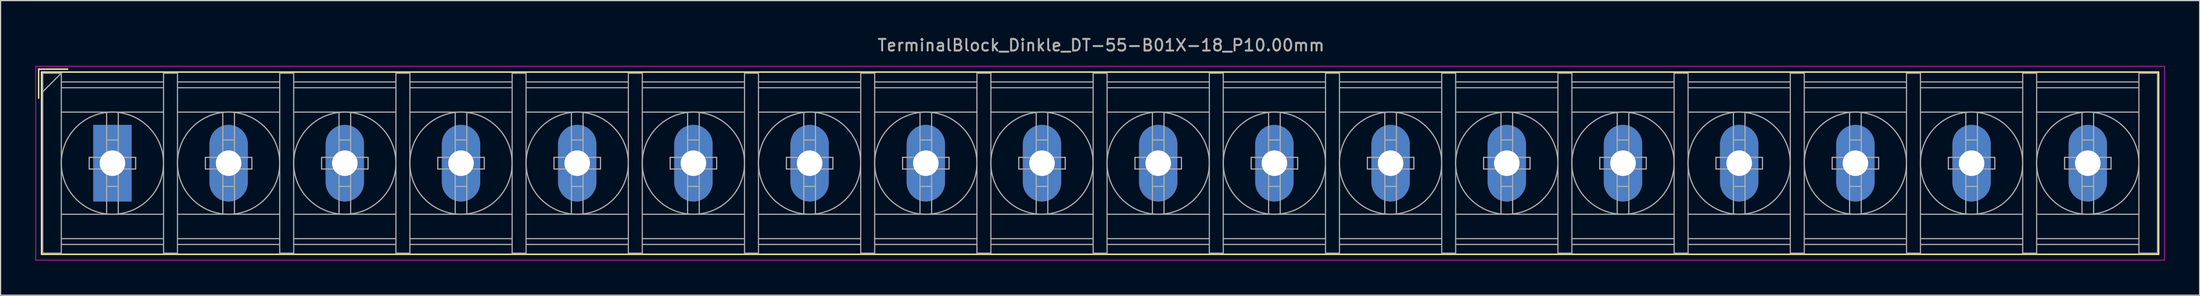
<source format=kicad_pcb>
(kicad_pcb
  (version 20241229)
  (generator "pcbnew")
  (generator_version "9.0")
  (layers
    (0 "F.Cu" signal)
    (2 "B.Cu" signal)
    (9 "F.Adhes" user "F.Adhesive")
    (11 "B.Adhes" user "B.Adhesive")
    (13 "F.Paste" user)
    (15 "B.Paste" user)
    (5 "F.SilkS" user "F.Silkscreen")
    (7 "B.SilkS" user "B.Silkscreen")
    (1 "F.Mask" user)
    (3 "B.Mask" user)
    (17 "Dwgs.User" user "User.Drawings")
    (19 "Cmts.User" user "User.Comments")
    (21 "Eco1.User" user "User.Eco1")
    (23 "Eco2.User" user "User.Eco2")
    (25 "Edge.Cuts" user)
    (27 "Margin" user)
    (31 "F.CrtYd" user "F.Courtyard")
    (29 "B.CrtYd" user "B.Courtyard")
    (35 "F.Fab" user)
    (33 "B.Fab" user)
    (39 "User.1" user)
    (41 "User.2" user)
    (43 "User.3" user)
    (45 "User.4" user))
  (footprint "TerminalBlock_Dinkle_DT-55-B01X-18_P10.00mm"
    (layer "F.Cu")
    (at 6.625 11.008)
    (property "Reference" "TerminalBlock_Dinkle_DT-55-B01X-18_P10.00mm" (at 85.08 -10.16 0) (layer "F.SilkS") (effects (font (size 1 1) (thickness 0.15))))
    (attr through_hole)
    (fp_line (start -6.35 -8.1) (end -3.85 -8.1) (stroke (width 0.12) (type solid)) (layer "F.SilkS"))
    (fp_line (start -6.35 -5.6) (end -6.35 -8.1) (stroke (width 0.12) (type solid)) (layer "F.SilkS"))
    (fp_line (start -6.1 -7.85) (end 176.1 -7.85) (stroke (width 0.12) (type solid)) (layer "F.SilkS"))
    (fp_line (start -6.1 7.85) (end -6.1 -7.85) (stroke (width 0.12) (type solid)) (layer "F.SilkS"))
    (fp_line (start -6.1 7.85) (end 176.1 7.85) (stroke (width 0.12) (type solid)) (layer "F.SilkS"))
    (fp_line (start 176.1 -7.85) (end 176.1 7.85) (stroke (width 0.12) (type solid)) (layer "F.SilkS"))
    (fp_line (start -6.6 -8.35) (end 176.6 -8.35) (stroke (width 0.05) (type solid)) (layer "F.CrtYd"))
    (fp_line (start -6.6 8.35) (end -6.6 -8.35) (stroke (width 0.05) (type solid)) (layer "F.CrtYd"))
    (fp_line (start -6.6 8.35) (end 176.6 8.35) (stroke (width 0.05) (type solid)) (layer "F.CrtYd"))
    (fp_line (start 176.6 -8.35) (end 176.6 8.35) (stroke (width 0.05) (type solid)) (layer "F.CrtYd"))
    (fp_line (start -6 -7.75) (end -6 7.75) (stroke (width 0.1) (type solid)) (layer "F.Fab"))
    (fp_line (start -6 -7.75) (end -4.4 -7.75) (stroke (width 0.1) (type solid)) (layer "F.Fab"))
    (fp_line (start -6 7.75) (end -4.4 7.75) (stroke (width 0.1) (type solid)) (layer "F.Fab"))
    (fp_line (start -4.4 -7.75) (end -6 -6.15) (stroke (width 0.1) (type solid)) (layer "F.Fab"))
    (fp_line (start -4.4 -7.75) (end -4.4 7.75) (stroke (width 0.1) (type solid)) (layer "F.Fab"))
    (fp_line (start -4.4 -7) (end 4.4 -7) (stroke (width 0.1) (type solid)) (layer "F.Fab"))
    (fp_line (start -4.4 -6.5) (end 4.4 -6.5) (stroke (width 0.1) (type solid)) (layer "F.Fab"))
    (fp_line (start -4.4 -4.4) (end 4.4 -4.4) (stroke (width 0.1) (type solid)) (layer "F.Fab"))
    (fp_line (start -4.4 4.4) (end 4.4 4.4) (stroke (width 0.1) (type solid)) (layer "F.Fab"))
    (fp_line (start -4.4 6.5) (end 4.4 6.5) (stroke (width 0.1) (type solid)) (layer "F.Fab"))
    (fp_line (start -4.4 7) (end 4.4 7) (stroke (width 0.1) (type solid)) (layer "F.Fab"))
    (fp_line (start -2 -0.5) (end -2 0.5) (stroke (width 0.1) (type solid)) (layer "F.Fab"))
    (fp_line (start -2 0.5) (end -0.5 0.5) (stroke (width 0.1) (type solid)) (layer "F.Fab"))
    (fp_line (start -0.5 -4.35) (end -0.5 -0.5) (stroke (width 0.1) (type solid)) (layer "F.Fab"))
    (fp_line (start -0.5 -2) (end 0.5 -2) (stroke (width 0.1) (type solid)) (layer "F.Fab"))
    (fp_line (start -0.5 -0.5) (end -2 -0.5) (stroke (width 0.1) (type solid)) (layer "F.Fab"))
    (fp_line (start -0.5 0.5) (end -0.5 4.35) (stroke (width 0.1) (type solid)) (layer "F.Fab"))
    (fp_line (start -0.5 2) (end 0.5 2) (stroke (width 0.1) (type solid)) (layer "F.Fab"))
    (fp_line (start 0.5 -4.35) (end 0.5 -0.5) (stroke (width 0.1) (type solid)) (layer "F.Fab"))
    (fp_line (start 0.5 -0.5) (end 2 -0.5) (stroke (width 0.1) (type solid)) (layer "F.Fab"))
    (fp_line (start 0.5 0.5) (end 0.5 4.35) (stroke (width 0.1) (type solid)) (layer "F.Fab"))
    (fp_line (start 2 -0.5) (end 2 0.5) (stroke (width 0.1) (type solid)) (layer "F.Fab"))
    (fp_line (start 2 0.5) (end 0.5 0.5) (stroke (width 0.1) (type solid)) (layer "F.Fab"))
    (fp_line (start 4.4 -7.75) (end 4.4 7.75) (stroke (width 0.1) (type solid)) (layer "F.Fab"))
    (fp_line (start 4.4 -7.75) (end 5.6 -7.75) (stroke (width 0.1) (type solid)) (layer "F.Fab"))
    (fp_line (start 4.4 7.75) (end 5.6 7.75) (stroke (width 0.1) (type solid)) (layer "F.Fab"))
    (fp_line (start 5.6 -7.75) (end 5.6 7.75) (stroke (width 0.1) (type solid)) (layer "F.Fab"))
    (fp_line (start 5.6 -7) (end 14.4 -7) (stroke (width 0.1) (type solid)) (layer "F.Fab"))
    (fp_line (start 5.6 -6.5) (end 14.4 -6.5) (stroke (width 0.1) (type solid)) (layer "F.Fab"))
    (fp_line (start 5.6 -4.4) (end 14.4 -4.4) (stroke (width 0.1) (type solid)) (layer "F.Fab"))
    (fp_line (start 5.6 4.4) (end 14.4 4.4) (stroke (width 0.1) (type solid)) (layer "F.Fab"))
    (fp_line (start 5.6 6.5) (end 14.4 6.5) (stroke (width 0.1) (type solid)) (layer "F.Fab"))
    (fp_line (start 5.6 7) (end 14.4 7) (stroke (width 0.1) (type solid)) (layer "F.Fab"))
    (fp_line (start 8 -0.5) (end 8 0.5) (stroke (width 0.1) (type solid)) (layer "F.Fab"))
    (fp_line (start 8 0.5) (end 9.5 0.5) (stroke (width 0.1) (type solid)) (layer "F.Fab"))
    (fp_line (start 9.5 -4.35) (end 9.5 -0.5) (stroke (width 0.1) (type solid)) (layer "F.Fab"))
    (fp_line (start 9.5 -2) (end 10.5 -2) (stroke (width 0.1) (type solid)) (layer "F.Fab"))
    (fp_line (start 9.5 -0.5) (end 8 -0.5) (stroke (width 0.1) (type solid)) (layer "F.Fab"))
    (fp_line (start 9.5 0.5) (end 9.5 4.35) (stroke (width 0.1) (type solid)) (layer "F.Fab"))
    (fp_line (start 9.5 2) (end 10.5 2) (stroke (width 0.1) (type solid)) (layer "F.Fab"))
    (fp_line (start 10.5 -4.35) (end 10.5 -0.5) (stroke (width 0.1) (type solid)) (layer "F.Fab"))
    (fp_line (start 10.5 -0.5) (end 12 -0.5) (stroke (width 0.1) (type solid)) (layer "F.Fab"))
    (fp_line (start 10.5 0.5) (end 10.5 4.35) (stroke (width 0.1) (type solid)) (layer "F.Fab"))
    (fp_line (start 12 -0.5) (end 12 0.5) (stroke (width 0.1) (type solid)) (layer "F.Fab"))
    (fp_line (start 12 0.5) (end 10.5 0.5) (stroke (width 0.1) (type solid)) (layer "F.Fab"))
    (fp_line (start 14.4 -7.75) (end 14.4 7.75) (stroke (width 0.1) (type solid)) (layer "F.Fab"))
    (fp_line (start 14.4 -7.75) (end 15.6 -7.75) (stroke (width 0.1) (type solid)) (layer "F.Fab"))
    (fp_line (start 14.4 7.75) (end 15.6 7.75) (stroke (width 0.1) (type solid)) (layer "F.Fab"))
    (fp_line (start 15.6 -7.75) (end 15.6 7.75) (stroke (width 0.1) (type solid)) (layer "F.Fab"))
    (fp_line (start 15.6 -7) (end 24.4 -7) (stroke (width 0.1) (type solid)) (layer "F.Fab"))
    (fp_line (start 15.6 -6.5) (end 24.4 -6.5) (stroke (width 0.1) (type solid)) (layer "F.Fab"))
    (fp_line (start 15.6 -4.4) (end 24.4 -4.4) (stroke (width 0.1) (type solid)) (layer "F.Fab"))
    (fp_line (start 15.6 4.4) (end 24.4 4.4) (stroke (width 0.1) (type solid)) (layer "F.Fab"))
    (fp_line (start 15.6 6.5) (end 24.4 6.5) (stroke (width 0.1) (type solid)) (layer "F.Fab"))
    (fp_line (start 15.6 7) (end 24.4 7) (stroke (width 0.1) (type solid)) (layer "F.Fab"))
    (fp_line (start 18 -0.5) (end 18 0.5) (stroke (width 0.1) (type solid)) (layer "F.Fab"))
    (fp_line (start 18 0.5) (end 19.5 0.5) (stroke (width 0.1) (type solid)) (layer "F.Fab"))
    (fp_line (start 19.5 -4.35) (end 19.5 -0.5) (stroke (width 0.1) (type solid)) (layer "F.Fab"))
    (fp_line (start 19.5 -2) (end 20.5 -2) (stroke (width 0.1) (type solid)) (layer "F.Fab"))
    (fp_line (start 19.5 -0.5) (end 18 -0.5) (stroke (width 0.1) (type solid)) (layer "F.Fab"))
    (fp_line (start 19.5 0.5) (end 19.5 4.35) (stroke (width 0.1) (type solid)) (layer "F.Fab"))
    (fp_line (start 19.5 2) (end 20.5 2) (stroke (width 0.1) (type solid)) (layer "F.Fab"))
    (fp_line (start 20.5 -4.35) (end 20.5 -0.5) (stroke (width 0.1) (type solid)) (layer "F.Fab"))
    (fp_line (start 20.5 -0.5) (end 22 -0.5) (stroke (width 0.1) (type solid)) (layer "F.Fab"))
    (fp_line (start 20.5 0.5) (end 20.5 4.35) (stroke (width 0.1) (type solid)) (layer "F.Fab"))
    (fp_line (start 22 -0.5) (end 22 0.5) (stroke (width 0.1) (type solid)) (layer "F.Fab"))
    (fp_line (start 22 0.5) (end 20.5 0.5) (stroke (width 0.1) (type solid)) (layer "F.Fab"))
    (fp_line (start 24.4 -7.75) (end 24.4 7.75) (stroke (width 0.1) (type solid)) (layer "F.Fab"))
    (fp_line (start 24.4 -7.75) (end 25.6 -7.75) (stroke (width 0.1) (type solid)) (layer "F.Fab"))
    (fp_line (start 24.4 7.75) (end 25.6 7.75) (stroke (width 0.1) (type solid)) (layer "F.Fab"))
    (fp_line (start 25.6 -7.75) (end 25.6 7.75) (stroke (width 0.1) (type solid)) (layer "F.Fab"))
    (fp_line (start 25.6 -7) (end 34.4 -7) (stroke (width 0.1) (type solid)) (layer "F.Fab"))
    (fp_line (start 25.6 -6.5) (end 34.4 -6.5) (stroke (width 0.1) (type solid)) (layer "F.Fab"))
    (fp_line (start 25.6 -4.4) (end 34.4 -4.4) (stroke (width 0.1) (type solid)) (layer "F.Fab"))
    (fp_line (start 25.6 4.4) (end 34.4 4.4) (stroke (width 0.1) (type solid)) (layer "F.Fab"))
    (fp_line (start 25.6 6.5) (end 34.4 6.5) (stroke (width 0.1) (type solid)) (layer "F.Fab"))
    (fp_line (start 25.6 7) (end 34.4 7) (stroke (width 0.1) (type solid)) (layer "F.Fab"))
    (fp_line (start 28 -0.5) (end 28 0.5) (stroke (width 0.1) (type solid)) (layer "F.Fab"))
    (fp_line (start 28 0.5) (end 29.5 0.5) (stroke (width 0.1) (type solid)) (layer "F.Fab"))
    (fp_line (start 29.5 -4.35) (end 29.5 -0.5) (stroke (width 0.1) (type solid)) (layer "F.Fab"))
    (fp_line (start 29.5 -2) (end 30.5 -2) (stroke (width 0.1) (type solid)) (layer "F.Fab"))
    (fp_line (start 29.5 -0.5) (end 28 -0.5) (stroke (width 0.1) (type solid)) (layer "F.Fab"))
    (fp_line (start 29.5 0.5) (end 29.5 4.35) (stroke (width 0.1) (type solid)) (layer "F.Fab"))
    (fp_line (start 29.5 2) (end 30.5 2) (stroke (width 0.1) (type solid)) (layer "F.Fab"))
    (fp_line (start 30.5 -4.35) (end 30.5 -0.5) (stroke (width 0.1) (type solid)) (layer "F.Fab"))
    (fp_line (start 30.5 -0.5) (end 32 -0.5) (stroke (width 0.1) (type solid)) (layer "F.Fab"))
    (fp_line (start 30.5 0.5) (end 30.5 4.35) (stroke (width 0.1) (type solid)) (layer "F.Fab"))
    (fp_line (start 32 -0.5) (end 32 0.5) (stroke (width 0.1) (type solid)) (layer "F.Fab"))
    (fp_line (start 32 0.5) (end 30.5 0.5) (stroke (width 0.1) (type solid)) (layer "F.Fab"))
    (fp_line (start 34.4 -7.75) (end 34.4 7.75) (stroke (width 0.1) (type solid)) (layer "F.Fab"))
    (fp_line (start 34.4 -7.75) (end 35.6 -7.75) (stroke (width 0.1) (type solid)) (layer "F.Fab"))
    (fp_line (start 34.4 7.75) (end 35.6 7.75) (stroke (width 0.1) (type solid)) (layer "F.Fab"))
    (fp_line (start 35.6 -7.75) (end 35.6 7.75) (stroke (width 0.1) (type solid)) (layer "F.Fab"))
    (fp_line (start 35.6 -7) (end 44.4 -7) (stroke (width 0.1) (type solid)) (layer "F.Fab"))
    (fp_line (start 35.6 -6.5) (end 44.4 -6.5) (stroke (width 0.1) (type solid)) (layer "F.Fab"))
    (fp_line (start 35.6 -4.4) (end 44.4 -4.4) (stroke (width 0.1) (type solid)) (layer "F.Fab"))
    (fp_line (start 35.6 4.4) (end 44.4 4.4) (stroke (width 0.1) (type solid)) (layer "F.Fab"))
    (fp_line (start 35.6 6.5) (end 44.4 6.5) (stroke (width 0.1) (type solid)) (layer "F.Fab"))
    (fp_line (start 35.6 7) (end 44.4 7) (stroke (width 0.1) (type solid)) (layer "F.Fab"))
    (fp_line (start 38 -0.5) (end 38 0.5) (stroke (width 0.1) (type solid)) (layer "F.Fab"))
    (fp_line (start 38 0.5) (end 39.5 0.5) (stroke (width 0.1) (type solid)) (layer "F.Fab"))
    (fp_line (start 39.5 -4.35) (end 39.5 -0.5) (stroke (width 0.1) (type solid)) (layer "F.Fab"))
    (fp_line (start 39.5 -2) (end 40.5 -2) (stroke (width 0.1) (type solid)) (layer "F.Fab"))
    (fp_line (start 39.5 -0.5) (end 38 -0.5) (stroke (width 0.1) (type solid)) (layer "F.Fab"))
    (fp_line (start 39.5 0.5) (end 39.5 4.35) (stroke (width 0.1) (type solid)) (layer "F.Fab"))
    (fp_line (start 39.5 2) (end 40.5 2) (stroke (width 0.1) (type solid)) (layer "F.Fab"))
    (fp_line (start 40.5 -4.35) (end 40.5 -0.5) (stroke (width 0.1) (type solid)) (layer "F.Fab"))
    (fp_line (start 40.5 -0.5) (end 42 -0.5) (stroke (width 0.1) (type solid)) (layer "F.Fab"))
    (fp_line (start 40.5 0.5) (end 40.5 4.35) (stroke (width 0.1) (type solid)) (layer "F.Fab"))
    (fp_line (start 42 -0.5) (end 42 0.5) (stroke (width 0.1) (type solid)) (layer "F.Fab"))
    (fp_line (start 42 0.5) (end 40.5 0.5) (stroke (width 0.1) (type solid)) (layer "F.Fab"))
    (fp_line (start 44.4 -7.75) (end 44.4 7.75) (stroke (width 0.1) (type solid)) (layer "F.Fab"))
    (fp_line (start 44.4 -7.75) (end 45.6 -7.75) (stroke (width 0.1) (type solid)) (layer "F.Fab"))
    (fp_line (start 44.4 7.75) (end 45.6 7.75) (stroke (width 0.1) (type solid)) (layer "F.Fab"))
    (fp_line (start 45.6 -7.75) (end 45.6 7.75) (stroke (width 0.1) (type solid)) (layer "F.Fab"))
    (fp_line (start 45.6 -7) (end 54.4 -7) (stroke (width 0.1) (type solid)) (layer "F.Fab"))
    (fp_line (start 45.6 -6.5) (end 54.4 -6.5) (stroke (width 0.1) (type solid)) (layer "F.Fab"))
    (fp_line (start 45.6 -4.4) (end 54.4 -4.4) (stroke (width 0.1) (type solid)) (layer "F.Fab"))
    (fp_line (start 45.6 4.4) (end 54.4 4.4) (stroke (width 0.1) (type solid)) (layer "F.Fab"))
    (fp_line (start 45.6 6.5) (end 54.4 6.5) (stroke (width 0.1) (type solid)) (layer "F.Fab"))
    (fp_line (start 45.6 7) (end 54.4 7) (stroke (width 0.1) (type solid)) (layer "F.Fab"))
    (fp_line (start 48 -0.5) (end 48 0.5) (stroke (width 0.1) (type solid)) (layer "F.Fab"))
    (fp_line (start 48 0.5) (end 49.5 0.5) (stroke (width 0.1) (type solid)) (layer "F.Fab"))
    (fp_line (start 49.5 -4.35) (end 49.5 -0.5) (stroke (width 0.1) (type solid)) (layer "F.Fab"))
    (fp_line (start 49.5 -2) (end 50.5 -2) (stroke (width 0.1) (type solid)) (layer "F.Fab"))
    (fp_line (start 49.5 -0.5) (end 48 -0.5) (stroke (width 0.1) (type solid)) (layer "F.Fab"))
    (fp_line (start 49.5 0.5) (end 49.5 4.35) (stroke (width 0.1) (type solid)) (layer "F.Fab"))
    (fp_line (start 49.5 2) (end 50.5 2) (stroke (width 0.1) (type solid)) (layer "F.Fab"))
    (fp_line (start 50.5 -4.35) (end 50.5 -0.5) (stroke (width 0.1) (type solid)) (layer "F.Fab"))
    (fp_line (start 50.5 -0.5) (end 52 -0.5) (stroke (width 0.1) (type solid)) (layer "F.Fab"))
    (fp_line (start 50.5 0.5) (end 50.5 4.35) (stroke (width 0.1) (type solid)) (layer "F.Fab"))
    (fp_line (start 52 -0.5) (end 52 0.5) (stroke (width 0.1) (type solid)) (layer "F.Fab"))
    (fp_line (start 52 0.5) (end 50.5 0.5) (stroke (width 0.1) (type solid)) (layer "F.Fab"))
    (fp_line (start 54.4 -7.75) (end 54.4 7.75) (stroke (width 0.1) (type solid)) (layer "F.Fab"))
    (fp_line (start 54.4 -7.75) (end 55.6 -7.75) (stroke (width 0.1) (type solid)) (layer "F.Fab"))
    (fp_line (start 54.4 7.75) (end 55.6 7.75) (stroke (width 0.1) (type solid)) (layer "F.Fab"))
    (fp_line (start 55.6 -7.75) (end 55.6 7.75) (stroke (width 0.1) (type solid)) (layer "F.Fab"))
    (fp_line (start 55.6 -7) (end 64.4 -7) (stroke (width 0.1) (type solid)) (layer "F.Fab"))
    (fp_line (start 55.6 -6.5) (end 64.4 -6.5) (stroke (width 0.1) (type solid)) (layer "F.Fab"))
    (fp_line (start 55.6 -4.4) (end 64.4 -4.4) (stroke (width 0.1) (type solid)) (layer "F.Fab"))
    (fp_line (start 55.6 4.4) (end 64.4 4.4) (stroke (width 0.1) (type solid)) (layer "F.Fab"))
    (fp_line (start 55.6 6.5) (end 64.4 6.5) (stroke (width 0.1) (type solid)) (layer "F.Fab"))
    (fp_line (start 55.6 7) (end 64.4 7) (stroke (width 0.1) (type solid)) (layer "F.Fab"))
    (fp_line (start 58 -0.5) (end 58 0.5) (stroke (width 0.1) (type solid)) (layer "F.Fab"))
    (fp_line (start 58 0.5) (end 59.5 0.5) (stroke (width 0.1) (type solid)) (layer "F.Fab"))
    (fp_line (start 59.5 -4.35) (end 59.5 -0.5) (stroke (width 0.1) (type solid)) (layer "F.Fab"))
    (fp_line (start 59.5 -2) (end 60.5 -2) (stroke (width 0.1) (type solid)) (layer "F.Fab"))
    (fp_line (start 59.5 -0.5) (end 58 -0.5) (stroke (width 0.1) (type solid)) (layer "F.Fab"))
    (fp_line (start 59.5 0.5) (end 59.5 4.35) (stroke (width 0.1) (type solid)) (layer "F.Fab"))
    (fp_line (start 59.5 2) (end 60.5 2) (stroke (width 0.1) (type solid)) (layer "F.Fab"))
    (fp_line (start 60.5 -4.35) (end 60.5 -0.5) (stroke (width 0.1) (type solid)) (layer "F.Fab"))
    (fp_line (start 60.5 -0.5) (end 62 -0.5) (stroke (width 0.1) (type solid)) (layer "F.Fab"))
    (fp_line (start 60.5 0.5) (end 60.5 4.35) (stroke (width 0.1) (type solid)) (layer "F.Fab"))
    (fp_line (start 62 -0.5) (end 62 0.5) (stroke (width 0.1) (type solid)) (layer "F.Fab"))
    (fp_line (start 62 0.5) (end 60.5 0.5) (stroke (width 0.1) (type solid)) (layer "F.Fab"))
    (fp_line (start 64.4 -7.75) (end 64.4 7.75) (stroke (width 0.1) (type solid)) (layer "F.Fab"))
    (fp_line (start 64.4 -7.75) (end 65.6 -7.75) (stroke (width 0.1) (type solid)) (layer "F.Fab"))
    (fp_line (start 64.4 7.75) (end 65.6 7.75) (stroke (width 0.1) (type solid)) (layer "F.Fab"))
    (fp_line (start 65.6 -7.75) (end 65.6 7.75) (stroke (width 0.1) (type solid)) (layer "F.Fab"))
    (fp_line (start 65.6 -7) (end 74.4 -7) (stroke (width 0.1) (type solid)) (layer "F.Fab"))
    (fp_line (start 65.6 -6.5) (end 74.4 -6.5) (stroke (width 0.1) (type solid)) (layer "F.Fab"))
    (fp_line (start 65.6 -4.4) (end 74.4 -4.4) (stroke (width 0.1) (type solid)) (layer "F.Fab"))
    (fp_line (start 65.6 4.4) (end 74.4 4.4) (stroke (width 0.1) (type solid)) (layer "F.Fab"))
    (fp_line (start 65.6 6.5) (end 74.4 6.5) (stroke (width 0.1) (type solid)) (layer "F.Fab"))
    (fp_line (start 65.6 7) (end 74.4 7) (stroke (width 0.1) (type solid)) (layer "F.Fab"))
    (fp_line (start 68 -0.5) (end 68 0.5) (stroke (width 0.1) (type solid)) (layer "F.Fab"))
    (fp_line (start 68 0.5) (end 69.5 0.5) (stroke (width 0.1) (type solid)) (layer "F.Fab"))
    (fp_line (start 69.5 -4.35) (end 69.5 -0.5) (stroke (width 0.1) (type solid)) (layer "F.Fab"))
    (fp_line (start 69.5 -2) (end 70.5 -2) (stroke (width 0.1) (type solid)) (layer "F.Fab"))
    (fp_line (start 69.5 -0.5) (end 68 -0.5) (stroke (width 0.1) (type solid)) (layer "F.Fab"))
    (fp_line (start 69.5 0.5) (end 69.5 4.35) (stroke (width 0.1) (type solid)) (layer "F.Fab"))
    (fp_line (start 69.5 2) (end 70.5 2) (stroke (width 0.1) (type solid)) (layer "F.Fab"))
    (fp_line (start 70.5 -4.35) (end 70.5 -0.5) (stroke (width 0.1) (type solid)) (layer "F.Fab"))
    (fp_line (start 70.5 -0.5) (end 72 -0.5) (stroke (width 0.1) (type solid)) (layer "F.Fab"))
    (fp_line (start 70.5 0.5) (end 70.5 4.35) (stroke (width 0.1) (type solid)) (layer "F.Fab"))
    (fp_line (start 72 -0.5) (end 72 0.5) (stroke (width 0.1) (type solid)) (layer "F.Fab"))
    (fp_line (start 72 0.5) (end 70.5 0.5) (stroke (width 0.1) (type solid)) (layer "F.Fab"))
    (fp_line (start 74.4 -7.75) (end 74.4 7.75) (stroke (width 0.1) (type solid)) (layer "F.Fab"))
    (fp_line (start 74.4 -7.75) (end 75.6 -7.75) (stroke (width 0.1) (type solid)) (layer "F.Fab"))
    (fp_line (start 74.4 7.75) (end 75.6 7.75) (stroke (width 0.1) (type solid)) (layer "F.Fab"))
    (fp_line (start 75.6 -7.75) (end 75.6 7.75) (stroke (width 0.1) (type solid)) (layer "F.Fab"))
    (fp_line (start 75.6 -7) (end 84.4 -7) (stroke (width 0.1) (type solid)) (layer "F.Fab"))
    (fp_line (start 75.6 -6.5) (end 84.4 -6.5) (stroke (width 0.1) (type solid)) (layer "F.Fab"))
    (fp_line (start 75.6 -4.4) (end 84.4 -4.4) (stroke (width 0.1) (type solid)) (layer "F.Fab"))
    (fp_line (start 75.6 4.4) (end 84.4 4.4) (stroke (width 0.1) (type solid)) (layer "F.Fab"))
    (fp_line (start 75.6 6.5) (end 84.4 6.5) (stroke (width 0.1) (type solid)) (layer "F.Fab"))
    (fp_line (start 75.6 7) (end 84.4 7) (stroke (width 0.1) (type solid)) (layer "F.Fab"))
    (fp_line (start 78 -0.5) (end 78 0.5) (stroke (width 0.1) (type solid)) (layer "F.Fab"))
    (fp_line (start 78 0.5) (end 79.5 0.5) (stroke (width 0.1) (type solid)) (layer "F.Fab"))
    (fp_line (start 79.5 -4.35) (end 79.5 -0.5) (stroke (width 0.1) (type solid)) (layer "F.Fab"))
    (fp_line (start 79.5 -2) (end 80.5 -2) (stroke (width 0.1) (type solid)) (layer "F.Fab"))
    (fp_line (start 79.5 -0.5) (end 78 -0.5) (stroke (width 0.1) (type solid)) (layer "F.Fab"))
    (fp_line (start 79.5 0.5) (end 79.5 4.35) (stroke (width 0.1) (type solid)) (layer "F.Fab"))
    (fp_line (start 79.5 2) (end 80.5 2) (stroke (width 0.1) (type solid)) (layer "F.Fab"))
    (fp_line (start 80.5 -4.35) (end 80.5 -0.5) (stroke (width 0.1) (type solid)) (layer "F.Fab"))
    (fp_line (start 80.5 -0.5) (end 82 -0.5) (stroke (width 0.1) (type solid)) (layer "F.Fab"))
    (fp_line (start 80.5 0.5) (end 80.5 4.35) (stroke (width 0.1) (type solid)) (layer "F.Fab"))
    (fp_line (start 82 -0.5) (end 82 0.5) (stroke (width 0.1) (type solid)) (layer "F.Fab"))
    (fp_line (start 82 0.5) (end 80.5 0.5) (stroke (width 0.1) (type solid)) (layer "F.Fab"))
    (fp_line (start 84.4 -7.75) (end 84.4 7.75) (stroke (width 0.1) (type solid)) (layer "F.Fab"))
    (fp_line (start 84.4 -7.75) (end 85.6 -7.75) (stroke (width 0.1) (type solid)) (layer "F.Fab"))
    (fp_line (start 84.4 7.75) (end 85.6 7.75) (stroke (width 0.1) (type solid)) (layer "F.Fab"))
    (fp_line (start 85.6 -7.75) (end 85.6 7.75) (stroke (width 0.1) (type solid)) (layer "F.Fab"))
    (fp_line (start 85.6 -7) (end 94.4 -7) (stroke (width 0.1) (type solid)) (layer "F.Fab"))
    (fp_line (start 85.6 -6.5) (end 94.4 -6.5) (stroke (width 0.1) (type solid)) (layer "F.Fab"))
    (fp_line (start 85.6 -4.4) (end 94.4 -4.4) (stroke (width 0.1) (type solid)) (layer "F.Fab"))
    (fp_line (start 85.6 4.4) (end 94.4 4.4) (stroke (width 0.1) (type solid)) (layer "F.Fab"))
    (fp_line (start 85.6 6.5) (end 94.4 6.5) (stroke (width 0.1) (type solid)) (layer "F.Fab"))
    (fp_line (start 85.6 7) (end 94.4 7) (stroke (width 0.1) (type solid)) (layer "F.Fab"))
    (fp_line (start 88 -0.5) (end 88 0.5) (stroke (width 0.1) (type solid)) (layer "F.Fab"))
    (fp_line (start 88 0.5) (end 89.5 0.5) (stroke (width 0.1) (type solid)) (layer "F.Fab"))
    (fp_line (start 89.5 -4.35) (end 89.5 -0.5) (stroke (width 0.1) (type solid)) (layer "F.Fab"))
    (fp_line (start 89.5 -2) (end 90.5 -2) (stroke (width 0.1) (type solid)) (layer "F.Fab"))
    (fp_line (start 89.5 -0.5) (end 88 -0.5) (stroke (width 0.1) (type solid)) (layer "F.Fab"))
    (fp_line (start 89.5 0.5) (end 89.5 4.35) (stroke (width 0.1) (type solid)) (layer "F.Fab"))
    (fp_line (start 89.5 2) (end 90.5 2) (stroke (width 0.1) (type solid)) (layer "F.Fab"))
    (fp_line (start 90.5 -4.35) (end 90.5 -0.5) (stroke (width 0.1) (type solid)) (layer "F.Fab"))
    (fp_line (start 90.5 -0.5) (end 92 -0.5) (stroke (width 0.1) (type solid)) (layer "F.Fab"))
    (fp_line (start 90.5 0.5) (end 90.5 4.35) (stroke (width 0.1) (type solid)) (layer "F.Fab"))
    (fp_line (start 92 -0.5) (end 92 0.5) (stroke (width 0.1) (type solid)) (layer "F.Fab"))
    (fp_line (start 92 0.5) (end 90.5 0.5) (stroke (width 0.1) (type solid)) (layer "F.Fab"))
    (fp_line (start 94.4 -7.75) (end 94.4 7.75) (stroke (width 0.1) (type solid)) (layer "F.Fab"))
    (fp_line (start 94.4 -7.75) (end 95.6 -7.75) (stroke (width 0.1) (type solid)) (layer "F.Fab"))
    (fp_line (start 94.4 7.75) (end 95.6 7.75) (stroke (width 0.1) (type solid)) (layer "F.Fab"))
    (fp_line (start 95.6 -7.75) (end 95.6 7.75) (stroke (width 0.1) (type solid)) (layer "F.Fab"))
    (fp_line (start 95.6 -7) (end 104.4 -7) (stroke (width 0.1) (type solid)) (layer "F.Fab"))
    (fp_line (start 95.6 -6.5) (end 104.4 -6.5) (stroke (width 0.1) (type solid)) (layer "F.Fab"))
    (fp_line (start 95.6 -4.4) (end 104.4 -4.4) (stroke (width 0.1) (type solid)) (layer "F.Fab"))
    (fp_line (start 95.6 4.4) (end 104.4 4.4) (stroke (width 0.1) (type solid)) (layer "F.Fab"))
    (fp_line (start 95.6 6.5) (end 104.4 6.5) (stroke (width 0.1) (type solid)) (layer "F.Fab"))
    (fp_line (start 95.6 7) (end 104.4 7) (stroke (width 0.1) (type solid)) (layer "F.Fab"))
    (fp_line (start 98 -0.5) (end 98 0.5) (stroke (width 0.1) (type solid)) (layer "F.Fab"))
    (fp_line (start 98 0.5) (end 99.5 0.5) (stroke (width 0.1) (type solid)) (layer "F.Fab"))
    (fp_line (start 99.5 -4.35) (end 99.5 -0.5) (stroke (width 0.1) (type solid)) (layer "F.Fab"))
    (fp_line (start 99.5 -2) (end 100.5 -2) (stroke (width 0.1) (type solid)) (layer "F.Fab"))
    (fp_line (start 99.5 -0.5) (end 98 -0.5) (stroke (width 0.1) (type solid)) (layer "F.Fab"))
    (fp_line (start 99.5 0.5) (end 99.5 4.35) (stroke (width 0.1) (type solid)) (layer "F.Fab"))
    (fp_line (start 99.5 2) (end 100.5 2) (stroke (width 0.1) (type solid)) (layer "F.Fab"))
    (fp_line (start 100.5 -4.35) (end 100.5 -0.5) (stroke (width 0.1) (type solid)) (layer "F.Fab"))
    (fp_line (start 100.5 -0.5) (end 102 -0.5) (stroke (width 0.1) (type solid)) (layer "F.Fab"))
    (fp_line (start 100.5 0.5) (end 100.5 4.35) (stroke (width 0.1) (type solid)) (layer "F.Fab"))
    (fp_line (start 102 -0.5) (end 102 0.5) (stroke (width 0.1) (type solid)) (layer "F.Fab"))
    (fp_line (start 102 0.5) (end 100.5 0.5) (stroke (width 0.1) (type solid)) (layer "F.Fab"))
    (fp_line (start 104.4 -7.75) (end 104.4 7.75) (stroke (width 0.1) (type solid)) (layer "F.Fab"))
    (fp_line (start 104.4 -7.75) (end 105.6 -7.75) (stroke (width 0.1) (type solid)) (layer "F.Fab"))
    (fp_line (start 104.4 7.75) (end 105.6 7.75) (stroke (width 0.1) (type solid)) (layer "F.Fab"))
    (fp_line (start 105.6 -7.75) (end 105.6 7.75) (stroke (width 0.1) (type solid)) (layer "F.Fab"))
    (fp_line (start 105.6 -7) (end 114.4 -7) (stroke (width 0.1) (type solid)) (layer "F.Fab"))
    (fp_line (start 105.6 -6.5) (end 114.4 -6.5) (stroke (width 0.1) (type solid)) (layer "F.Fab"))
    (fp_line (start 105.6 -4.4) (end 114.4 -4.4) (stroke (width 0.1) (type solid)) (layer "F.Fab"))
    (fp_line (start 105.6 4.4) (end 114.4 4.4) (stroke (width 0.1) (type solid)) (layer "F.Fab"))
    (fp_line (start 105.6 6.5) (end 114.4 6.5) (stroke (width 0.1) (type solid)) (layer "F.Fab"))
    (fp_line (start 105.6 7) (end 114.4 7) (stroke (width 0.1) (type solid)) (layer "F.Fab"))
    (fp_line (start 108 -0.5) (end 108 0.5) (stroke (width 0.1) (type solid)) (layer "F.Fab"))
    (fp_line (start 108 0.5) (end 109.5 0.5) (stroke (width 0.1) (type solid)) (layer "F.Fab"))
    (fp_line (start 109.5 -4.35) (end 109.5 -0.5) (stroke (width 0.1) (type solid)) (layer "F.Fab"))
    (fp_line (start 109.5 -2) (end 110.5 -2) (stroke (width 0.1) (type solid)) (layer "F.Fab"))
    (fp_line (start 109.5 -0.5) (end 108 -0.5) (stroke (width 0.1) (type solid)) (layer "F.Fab"))
    (fp_line (start 109.5 0.5) (end 109.5 4.35) (stroke (width 0.1) (type solid)) (layer "F.Fab"))
    (fp_line (start 109.5 2) (end 110.5 2) (stroke (width 0.1) (type solid)) (layer "F.Fab"))
    (fp_line (start 110.5 -4.35) (end 110.5 -0.5) (stroke (width 0.1) (type solid)) (layer "F.Fab"))
    (fp_line (start 110.5 -0.5) (end 112 -0.5) (stroke (width 0.1) (type solid)) (layer "F.Fab"))
    (fp_line (start 110.5 0.5) (end 110.5 4.35) (stroke (width 0.1) (type solid)) (layer "F.Fab"))
    (fp_line (start 112 -0.5) (end 112 0.5) (stroke (width 0.1) (type solid)) (layer "F.Fab"))
    (fp_line (start 112 0.5) (end 110.5 0.5) (stroke (width 0.1) (type solid)) (layer "F.Fab"))
    (fp_line (start 114.4 -7.75) (end 114.4 7.75) (stroke (width 0.1) (type solid)) (layer "F.Fab"))
    (fp_line (start 114.4 -7.75) (end 115.6 -7.75) (stroke (width 0.1) (type solid)) (layer "F.Fab"))
    (fp_line (start 114.4 7.75) (end 115.6 7.75) (stroke (width 0.1) (type solid)) (layer "F.Fab"))
    (fp_line (start 115.6 -7.75) (end 115.6 7.75) (stroke (width 0.1) (type solid)) (layer "F.Fab"))
    (fp_line (start 115.6 -7) (end 124.4 -7) (stroke (width 0.1) (type solid)) (layer "F.Fab"))
    (fp_line (start 115.6 -6.5) (end 124.4 -6.5) (stroke (width 0.1) (type solid)) (layer "F.Fab"))
    (fp_line (start 115.6 -4.4) (end 124.4 -4.4) (stroke (width 0.1) (type solid)) (layer "F.Fab"))
    (fp_line (start 115.6 4.4) (end 124.4 4.4) (stroke (width 0.1) (type solid)) (layer "F.Fab"))
    (fp_line (start 115.6 6.5) (end 124.4 6.5) (stroke (width 0.1) (type solid)) (layer "F.Fab"))
    (fp_line (start 115.6 7) (end 124.4 7) (stroke (width 0.1) (type solid)) (layer "F.Fab"))
    (fp_line (start 118 -0.5) (end 118 0.5) (stroke (width 0.1) (type solid)) (layer "F.Fab"))
    (fp_line (start 118 0.5) (end 119.5 0.5) (stroke (width 0.1) (type solid)) (layer "F.Fab"))
    (fp_line (start 119.5 -4.35) (end 119.5 -0.5) (stroke (width 0.1) (type solid)) (layer "F.Fab"))
    (fp_line (start 119.5 -2) (end 120.5 -2) (stroke (width 0.1) (type solid)) (layer "F.Fab"))
    (fp_line (start 119.5 -0.5) (end 118 -0.5) (stroke (width 0.1) (type solid)) (layer "F.Fab"))
    (fp_line (start 119.5 0.5) (end 119.5 4.35) (stroke (width 0.1) (type solid)) (layer "F.Fab"))
    (fp_line (start 119.5 2) (end 120.5 2) (stroke (width 0.1) (type solid)) (layer "F.Fab"))
    (fp_line (start 120.5 -4.35) (end 120.5 -0.5) (stroke (width 0.1) (type solid)) (layer "F.Fab"))
    (fp_line (start 120.5 -0.5) (end 122 -0.5) (stroke (width 0.1) (type solid)) (layer "F.Fab"))
    (fp_line (start 120.5 0.5) (end 120.5 4.35) (stroke (width 0.1) (type solid)) (layer "F.Fab"))
    (fp_line (start 122 -0.5) (end 122 0.5) (stroke (width 0.1) (type solid)) (layer "F.Fab"))
    (fp_line (start 122 0.5) (end 120.5 0.5) (stroke (width 0.1) (type solid)) (layer "F.Fab"))
    (fp_line (start 124.4 -7.75) (end 124.4 7.75) (stroke (width 0.1) (type solid)) (layer "F.Fab"))
    (fp_line (start 124.4 -7.75) (end 125.6 -7.75) (stroke (width 0.1) (type solid)) (layer "F.Fab"))
    (fp_line (start 124.4 7.75) (end 125.6 7.75) (stroke (width 0.1) (type solid)) (layer "F.Fab"))
    (fp_line (start 125.6 -7.75) (end 125.6 7.75) (stroke (width 0.1) (type solid)) (layer "F.Fab"))
    (fp_line (start 125.6 -7) (end 134.4 -7) (stroke (width 0.1) (type solid)) (layer "F.Fab"))
    (fp_line (start 125.6 -6.5) (end 134.4 -6.5) (stroke (width 0.1) (type solid)) (layer "F.Fab"))
    (fp_line (start 125.6 -4.4) (end 134.4 -4.4) (stroke (width 0.1) (type solid)) (layer "F.Fab"))
    (fp_line (start 125.6 4.4) (end 134.4 4.4) (stroke (width 0.1) (type solid)) (layer "F.Fab"))
    (fp_line (start 125.6 6.5) (end 134.4 6.5) (stroke (width 0.1) (type solid)) (layer "F.Fab"))
    (fp_line (start 125.6 7) (end 134.4 7) (stroke (width 0.1) (type solid)) (layer "F.Fab"))
    (fp_line (start 128 -0.5) (end 128 0.5) (stroke (width 0.1) (type solid)) (layer "F.Fab"))
    (fp_line (start 128 0.5) (end 129.5 0.5) (stroke (width 0.1) (type solid)) (layer "F.Fab"))
    (fp_line (start 129.5 -4.35) (end 129.5 -0.5) (stroke (width 0.1) (type solid)) (layer "F.Fab"))
    (fp_line (start 129.5 -2) (end 130.5 -2) (stroke (width 0.1) (type solid)) (layer "F.Fab"))
    (fp_line (start 129.5 -0.5) (end 128 -0.5) (stroke (width 0.1) (type solid)) (layer "F.Fab"))
    (fp_line (start 129.5 0.5) (end 129.5 4.35) (stroke (width 0.1) (type solid)) (layer "F.Fab"))
    (fp_line (start 129.5 2) (end 130.5 2) (stroke (width 0.1) (type solid)) (layer "F.Fab"))
    (fp_line (start 130.5 -4.35) (end 130.5 -0.5) (stroke (width 0.1) (type solid)) (layer "F.Fab"))
    (fp_line (start 130.5 -0.5) (end 132 -0.5) (stroke (width 0.1) (type solid)) (layer "F.Fab"))
    (fp_line (start 130.5 0.5) (end 130.5 4.35) (stroke (width 0.1) (type solid)) (layer "F.Fab"))
    (fp_line (start 132 -0.5) (end 132 0.5) (stroke (width 0.1) (type solid)) (layer "F.Fab"))
    (fp_line (start 132 0.5) (end 130.5 0.5) (stroke (width 0.1) (type solid)) (layer "F.Fab"))
    (fp_line (start 134.4 -7.75) (end 134.4 7.75) (stroke (width 0.1) (type solid)) (layer "F.Fab"))
    (fp_line (start 134.4 -7.75) (end 135.6 -7.75) (stroke (width 0.1) (type solid)) (layer "F.Fab"))
    (fp_line (start 134.4 7.75) (end 135.6 7.75) (stroke (width 0.1) (type solid)) (layer "F.Fab"))
    (fp_line (start 135.6 -7.75) (end 135.6 7.75) (stroke (width 0.1) (type solid)) (layer "F.Fab"))
    (fp_line (start 135.6 -7) (end 144.4 -7) (stroke (width 0.1) (type solid)) (layer "F.Fab"))
    (fp_line (start 135.6 -6.5) (end 144.4 -6.5) (stroke (width 0.1) (type solid)) (layer "F.Fab"))
    (fp_line (start 135.6 -4.4) (end 144.4 -4.4) (stroke (width 0.1) (type solid)) (layer "F.Fab"))
    (fp_line (start 135.6 4.4) (end 144.4 4.4) (stroke (width 0.1) (type solid)) (layer "F.Fab"))
    (fp_line (start 135.6 6.5) (end 144.4 6.5) (stroke (width 0.1) (type solid)) (layer "F.Fab"))
    (fp_line (start 135.6 7) (end 144.4 7) (stroke (width 0.1) (type solid)) (layer "F.Fab"))
    (fp_line (start 138 -0.5) (end 138 0.5) (stroke (width 0.1) (type solid)) (layer "F.Fab"))
    (fp_line (start 138 0.5) (end 139.5 0.5) (stroke (width 0.1) (type solid)) (layer "F.Fab"))
    (fp_line (start 139.5 -4.35) (end 139.5 -0.5) (stroke (width 0.1) (type solid)) (layer "F.Fab"))
    (fp_line (start 139.5 -2) (end 140.5 -2) (stroke (width 0.1) (type solid)) (layer "F.Fab"))
    (fp_line (start 139.5 -0.5) (end 138 -0.5) (stroke (width 0.1) (type solid)) (layer "F.Fab"))
    (fp_line (start 139.5 0.5) (end 139.5 4.35) (stroke (width 0.1) (type solid)) (layer "F.Fab"))
    (fp_line (start 139.5 2) (end 140.5 2) (stroke (width 0.1) (type solid)) (layer "F.Fab"))
    (fp_line (start 140.5 -4.35) (end 140.5 -0.5) (stroke (width 0.1) (type solid)) (layer "F.Fab"))
    (fp_line (start 140.5 -0.5) (end 142 -0.5) (stroke (width 0.1) (type solid)) (layer "F.Fab"))
    (fp_line (start 140.5 0.5) (end 140.5 4.35) (stroke (width 0.1) (type solid)) (layer "F.Fab"))
    (fp_line (start 142 -0.5) (end 142 0.5) (stroke (width 0.1) (type solid)) (layer "F.Fab"))
    (fp_line (start 142 0.5) (end 140.5 0.5) (stroke (width 0.1) (type solid)) (layer "F.Fab"))
    (fp_line (start 144.4 -7.75) (end 144.4 7.75) (stroke (width 0.1) (type solid)) (layer "F.Fab"))
    (fp_line (start 144.4 -7.75) (end 145.6 -7.75) (stroke (width 0.1) (type solid)) (layer "F.Fab"))
    (fp_line (start 144.4 7.75) (end 145.6 7.75) (stroke (width 0.1) (type solid)) (layer "F.Fab"))
    (fp_line (start 145.6 -7.75) (end 145.6 7.75) (stroke (width 0.1) (type solid)) (layer "F.Fab"))
    (fp_line (start 145.6 -7) (end 154.4 -7) (stroke (width 0.1) (type solid)) (layer "F.Fab"))
    (fp_line (start 145.6 -6.5) (end 154.4 -6.5) (stroke (width 0.1) (type solid)) (layer "F.Fab"))
    (fp_line (start 145.6 -4.4) (end 154.4 -4.4) (stroke (width 0.1) (type solid)) (layer "F.Fab"))
    (fp_line (start 145.6 4.4) (end 154.4 4.4) (stroke (width 0.1) (type solid)) (layer "F.Fab"))
    (fp_line (start 145.6 6.5) (end 154.4 6.5) (stroke (width 0.1) (type solid)) (layer "F.Fab"))
    (fp_line (start 145.6 7) (end 154.4 7) (stroke (width 0.1) (type solid)) (layer "F.Fab"))
    (fp_line (start 148 -0.5) (end 148 0.5) (stroke (width 0.1) (type solid)) (layer "F.Fab"))
    (fp_line (start 148 0.5) (end 149.5 0.5) (stroke (width 0.1) (type solid)) (layer "F.Fab"))
    (fp_line (start 149.5 -4.35) (end 149.5 -0.5) (stroke (width 0.1) (type solid)) (layer "F.Fab"))
    (fp_line (start 149.5 -2) (end 150.5 -2) (stroke (width 0.1) (type solid)) (layer "F.Fab"))
    (fp_line (start 149.5 -0.5) (end 148 -0.5) (stroke (width 0.1) (type solid)) (layer "F.Fab"))
    (fp_line (start 149.5 0.5) (end 149.5 4.35) (stroke (width 0.1) (type solid)) (layer "F.Fab"))
    (fp_line (start 149.5 2) (end 150.5 2) (stroke (width 0.1) (type solid)) (layer "F.Fab"))
    (fp_line (start 150.5 -4.35) (end 150.5 -0.5) (stroke (width 0.1) (type solid)) (layer "F.Fab"))
    (fp_line (start 150.5 -0.5) (end 152 -0.5) (stroke (width 0.1) (type solid)) (layer "F.Fab"))
    (fp_line (start 150.5 0.5) (end 150.5 4.35) (stroke (width 0.1) (type solid)) (layer "F.Fab"))
    (fp_line (start 152 -0.5) (end 152 0.5) (stroke (width 0.1) (type solid)) (layer "F.Fab"))
    (fp_line (start 152 0.5) (end 150.5 0.5) (stroke (width 0.1) (type solid)) (layer "F.Fab"))
    (fp_line (start 154.4 -7.75) (end 154.4 7.75) (stroke (width 0.1) (type solid)) (layer "F.Fab"))
    (fp_line (start 154.4 -7.75) (end 155.6 -7.75) (stroke (width 0.1) (type solid)) (layer "F.Fab"))
    (fp_line (start 154.4 7.75) (end 155.6 7.75) (stroke (width 0.1) (type solid)) (layer "F.Fab"))
    (fp_line (start 155.6 -7.75) (end 155.6 7.75) (stroke (width 0.1) (type solid)) (layer "F.Fab"))
    (fp_line (start 155.6 -7) (end 164.4 -7) (stroke (width 0.1) (type solid)) (layer "F.Fab"))
    (fp_line (start 155.6 -6.5) (end 164.4 -6.5) (stroke (width 0.1) (type solid)) (layer "F.Fab"))
    (fp_line (start 155.6 -4.4) (end 164.4 -4.4) (stroke (width 0.1) (type solid)) (layer "F.Fab"))
    (fp_line (start 155.6 4.4) (end 164.4 4.4) (stroke (width 0.1) (type solid)) (layer "F.Fab"))
    (fp_line (start 155.6 6.5) (end 164.4 6.5) (stroke (width 0.1) (type solid)) (layer "F.Fab"))
    (fp_line (start 155.6 7) (end 164.4 7) (stroke (width 0.1) (type solid)) (layer "F.Fab"))
    (fp_line (start 158 -0.5) (end 158 0.5) (stroke (width 0.1) (type solid)) (layer "F.Fab"))
    (fp_line (start 158 0.5) (end 159.5 0.5) (stroke (width 0.1) (type solid)) (layer "F.Fab"))
    (fp_line (start 159.5 -4.35) (end 159.5 -0.5) (stroke (width 0.1) (type solid)) (layer "F.Fab"))
    (fp_line (start 159.5 -2) (end 160.5 -2) (stroke (width 0.1) (type solid)) (layer "F.Fab"))
    (fp_line (start 159.5 -0.5) (end 158 -0.5) (stroke (width 0.1) (type solid)) (layer "F.Fab"))
    (fp_line (start 159.5 0.5) (end 159.5 4.35) (stroke (width 0.1) (type solid)) (layer "F.Fab"))
    (fp_line (start 159.5 2) (end 160.5 2) (stroke (width 0.1) (type solid)) (layer "F.Fab"))
    (fp_line (start 160.5 -4.35) (end 160.5 -0.5) (stroke (width 0.1) (type solid)) (layer "F.Fab"))
    (fp_line (start 160.5 -0.5) (end 162 -0.5) (stroke (width 0.1) (type solid)) (layer "F.Fab"))
    (fp_line (start 160.5 0.5) (end 160.5 4.35) (stroke (width 0.1) (type solid)) (layer "F.Fab"))
    (fp_line (start 162 -0.5) (end 162 0.5) (stroke (width 0.1) (type solid)) (layer "F.Fab"))
    (fp_line (start 162 0.5) (end 160.5 0.5) (stroke (width 0.1) (type solid)) (layer "F.Fab"))
    (fp_line (start 164.4 -7.75) (end 164.4 7.75) (stroke (width 0.1) (type solid)) (layer "F.Fab"))
    (fp_line (start 164.4 -7.75) (end 165.6 -7.75) (stroke (width 0.1) (type solid)) (layer "F.Fab"))
    (fp_line (start 164.4 7.75) (end 165.6 7.75) (stroke (width 0.1) (type solid)) (layer "F.Fab"))
    (fp_line (start 165.6 -7.75) (end 165.6 7.75) (stroke (width 0.1) (type solid)) (layer "F.Fab"))
    (fp_line (start 165.6 -7) (end 174.4 -7) (stroke (width 0.1) (type solid)) (layer "F.Fab"))
    (fp_line (start 165.6 -6.5) (end 174.4 -6.5) (stroke (width 0.1) (type solid)) (layer "F.Fab"))
    (fp_line (start 165.6 -4.4) (end 174.4 -4.4) (stroke (width 0.1) (type solid)) (layer "F.Fab"))
    (fp_line (start 165.6 4.4) (end 174.4 4.4) (stroke (width 0.1) (type solid)) (layer "F.Fab"))
    (fp_line (start 165.6 6.5) (end 174.4 6.5) (stroke (width 0.1) (type solid)) (layer "F.Fab"))
    (fp_line (start 165.6 7) (end 174.4 7) (stroke (width 0.1) (type solid)) (layer "F.Fab"))
    (fp_line (start 168 -0.5) (end 168 0.5) (stroke (width 0.1) (type solid)) (layer "F.Fab"))
    (fp_line (start 168 0.5) (end 169.5 0.5) (stroke (width 0.1) (type solid)) (layer "F.Fab"))
    (fp_line (start 169.5 -4.35) (end 169.5 -0.5) (stroke (width 0.1) (type solid)) (layer "F.Fab"))
    (fp_line (start 169.5 -2) (end 170.5 -2) (stroke (width 0.1) (type solid)) (layer "F.Fab"))
    (fp_line (start 169.5 -0.5) (end 168 -0.5) (stroke (width 0.1) (type solid)) (layer "F.Fab"))
    (fp_line (start 169.5 0.5) (end 169.5 4.35) (stroke (width 0.1) (type solid)) (layer "F.Fab"))
    (fp_line (start 169.5 2) (end 170.5 2) (stroke (width 0.1) (type solid)) (layer "F.Fab"))
    (fp_line (start 170.5 -4.35) (end 170.5 -0.5) (stroke (width 0.1) (type solid)) (layer "F.Fab"))
    (fp_line (start 170.5 -0.5) (end 172 -0.5) (stroke (width 0.1) (type solid)) (layer "F.Fab"))
    (fp_line (start 170.5 0.5) (end 170.5 4.35) (stroke (width 0.1) (type solid)) (layer "F.Fab"))
    (fp_line (start 172 -0.5) (end 172 0.5) (stroke (width 0.1) (type solid)) (layer "F.Fab"))
    (fp_line (start 172 0.5) (end 170.5 0.5) (stroke (width 0.1) (type solid)) (layer "F.Fab"))
    (fp_line (start 174.4 -7.75) (end 174.4 7.75) (stroke (width 0.1) (type solid)) (layer "F.Fab"))
    (fp_line (start 174.4 -7.75) (end 176 -7.75) (stroke (width 0.1) (type solid)) (layer "F.Fab"))
    (fp_line (start 174.4 7.75) (end 176 7.75) (stroke (width 0.1) (type solid)) (layer "F.Fab"))
    (fp_line (start 176 -7.75) (end 176 7.75) (stroke (width 0.1) (type solid)) (layer "F.Fab"))
    (fp_circle (center 0 0) (end 0.5 0.5) (stroke (width 0.1) (type solid)) (fill no) (layer "F.Fab"))
    (fp_circle (center 0 0) (end 4.4 0) (stroke (width 0.1) (type solid)) (fill no) (layer "F.Fab"))
    (fp_circle (center 10 0) (end 10.5 0.5) (stroke (width 0.1) (type solid)) (fill no) (layer "F.Fab"))
    (fp_circle (center 10 0) (end 14.4 0) (stroke (width 0.1) (type solid)) (fill no) (layer "F.Fab"))
    (fp_circle (center 20 0) (end 20.5 0.5) (stroke (width 0.1) (type solid)) (fill no) (layer "F.Fab"))
    (fp_circle (center 20 0) (end 24.4 0) (stroke (width 0.1) (type solid)) (fill no) (layer "F.Fab"))
    (fp_circle (center 30 0) (end 30.5 0.5) (stroke (width 0.1) (type solid)) (fill no) (layer "F.Fab"))
    (fp_circle (center 30 0) (end 34.4 0) (stroke (width 0.1) (type solid)) (fill no) (layer "F.Fab"))
    (fp_circle (center 40 0) (end 40.5 0.5) (stroke (width 0.1) (type solid)) (fill no) (layer "F.Fab"))
    (fp_circle (center 40 0) (end 44.4 0) (stroke (width 0.1) (type solid)) (fill no) (layer "F.Fab"))
    (fp_circle (center 50 0) (end 50.5 0.5) (stroke (width 0.1) (type solid)) (fill no) (layer "F.Fab"))
    (fp_circle (center 50 0) (end 54.4 0) (stroke (width 0.1) (type solid)) (fill no) (layer "F.Fab"))
    (fp_circle (center 60 0) (end 60.5 0.5) (stroke (width 0.1) (type solid)) (fill no) (layer "F.Fab"))
    (fp_circle (center 60 0) (end 64.4 0) (stroke (width 0.1) (type solid)) (fill no) (layer "F.Fab"))
    (fp_circle (center 70 0) (end 70.5 0.5) (stroke (width 0.1) (type solid)) (fill no) (layer "F.Fab"))
    (fp_circle (center 70 0) (end 74.4 0) (stroke (width 0.1) (type solid)) (fill no) (layer "F.Fab"))
    (fp_circle (center 80 0) (end 80.5 0.5) (stroke (width 0.1) (type solid)) (fill no) (layer "F.Fab"))
    (fp_circle (center 80 0) (end 84.4 0) (stroke (width 0.1) (type solid)) (fill no) (layer "F.Fab"))
    (fp_circle (center 90 0) (end 90.5 0.5) (stroke (width 0.1) (type solid)) (fill no) (layer "F.Fab"))
    (fp_circle (center 90 0) (end 94.4 0) (stroke (width 0.1) (type solid)) (fill no) (layer "F.Fab"))
    (fp_circle (center 100 0) (end 100.5 0.5) (stroke (width 0.1) (type solid)) (fill no) (layer "F.Fab"))
    (fp_circle (center 100 0) (end 104.4 0) (stroke (width 0.1) (type solid)) (fill no) (layer "F.Fab"))
    (fp_circle (center 110 0) (end 110.5 0.5) (stroke (width 0.1) (type solid)) (fill no) (layer "F.Fab"))
    (fp_circle (center 110 0) (end 114.4 0) (stroke (width 0.1) (type solid)) (fill no) (layer "F.Fab"))
    (fp_circle (center 120 0) (end 120.5 0.5) (stroke (width 0.1) (type solid)) (fill no) (layer "F.Fab"))
    (fp_circle (center 120 0) (end 124.4 0) (stroke (width 0.1) (type solid)) (fill no) (layer "F.Fab"))
    (fp_circle (center 130 0) (end 130.5 0.5) (stroke (width 0.1) (type solid)) (fill no) (layer "F.Fab"))
    (fp_circle (center 130 0) (end 134.4 0) (stroke (width 0.1) (type solid)) (fill no) (layer "F.Fab"))
    (fp_circle (center 140 0) (end 140.5 0.5) (stroke (width 0.1) (type solid)) (fill no) (layer "F.Fab"))
    (fp_circle (center 140 0) (end 144.4 0) (stroke (width 0.1) (type solid)) (fill no) (layer "F.Fab"))
    (fp_circle (center 150 0) (end 150.5 0.5) (stroke (width 0.1) (type solid)) (fill no) (layer "F.Fab"))
    (fp_circle (center 150 0) (end 154.4 0) (stroke (width 0.1) (type solid)) (fill no) (layer "F.Fab"))
    (fp_circle (center 160 0) (end 160.5 0.5) (stroke (width 0.1) (type solid)) (fill no) (layer "F.Fab"))
    (fp_circle (center 160 0) (end 164.4 0) (stroke (width 0.1) (type solid)) (fill no) (layer "F.Fab"))
    (fp_circle (center 170 0) (end 170.5 0.5) (stroke (width 0.1) (type solid)) (fill no) (layer "F.Fab"))
    (fp_circle (center 170 0) (end 174.4 0) (stroke (width 0.1) (type solid)) (fill no) (layer "F.Fab"))
    (fp_text user "${REFERENCE}" (at 85.08 -10.16 0) (layer "F.Fab") (effects (font (size 1 1) (thickness 0.15))))
    (pad "1" thru_hole rect (at 0 0) (size 3.3 6.6) (drill 2.2) (layers "*.Cu" "*.Mask"))
    (pad "2" thru_hole oval (at 10 0) (size 3.3 6.6) (drill 2.2) (layers "*.Cu" "*.Mask"))
    (pad "3" thru_hole oval (at 20 0) (size 3.3 6.6) (drill 2.2) (layers "*.Cu" "*.Mask"))
    (pad "4" thru_hole oval (at 30 0) (size 3.3 6.6) (drill 2.2) (layers "*.Cu" "*.Mask"))
    (pad "5" thru_hole oval (at 40 0) (size 3.3 6.6) (drill 2.2) (layers "*.Cu" "*.Mask"))
    (pad "6" thru_hole oval (at 50 0) (size 3.3 6.6) (drill 2.2) (layers "*.Cu" "*.Mask"))
    (pad "7" thru_hole oval (at 60 0) (size 3.3 6.6) (drill 2.2) (layers "*.Cu" "*.Mask"))
    (pad "8" thru_hole oval (at 70 0) (size 3.3 6.6) (drill 2.2) (layers "*.Cu" "*.Mask"))
    (pad "9" thru_hole oval (at 80 0) (size 3.3 6.6) (drill 2.2) (layers "*.Cu" "*.Mask"))
    (pad "10" thru_hole oval (at 90 0) (size 3.3 6.6) (drill 2.2) (layers "*.Cu" "*.Mask"))
    (pad "11" thru_hole oval (at 100 0) (size 3.3 6.6) (drill 2.2) (layers "*.Cu" "*.Mask"))
    (pad "12" thru_hole oval (at 110 0) (size 3.3 6.6) (drill 2.2) (layers "*.Cu" "*.Mask"))
    (pad "13" thru_hole oval (at 120 0) (size 3.3 6.6) (drill 2.2) (layers "*.Cu" "*.Mask"))
    (pad "14" thru_hole oval (at 130 0) (size 3.3 6.6) (drill 2.2) (layers "*.Cu" "*.Mask"))
    (pad "15" thru_hole oval (at 140 0) (size 3.3 6.6) (drill 2.2) (layers "*.Cu" "*.Mask"))
    (pad "16" thru_hole oval (at 150 0) (size 3.3 6.6) (drill 2.2) (layers "*.Cu" "*.Mask"))
    (pad "17" thru_hole oval (at 160 0) (size 3.3 6.6) (drill 2.2) (layers "*.Cu" "*.Mask"))
    (pad "18" thru_hole oval (at 170 0) (size 3.3 6.6) (drill 2.2) (layers "*.Cu" "*.Mask")))
  (gr_rect
    (start -3 -3)
    (end 186.25 22.383)
    (stroke (width 0.1) (type default))
    (fill no)
    (layer "Edge.Cuts")))
</source>
